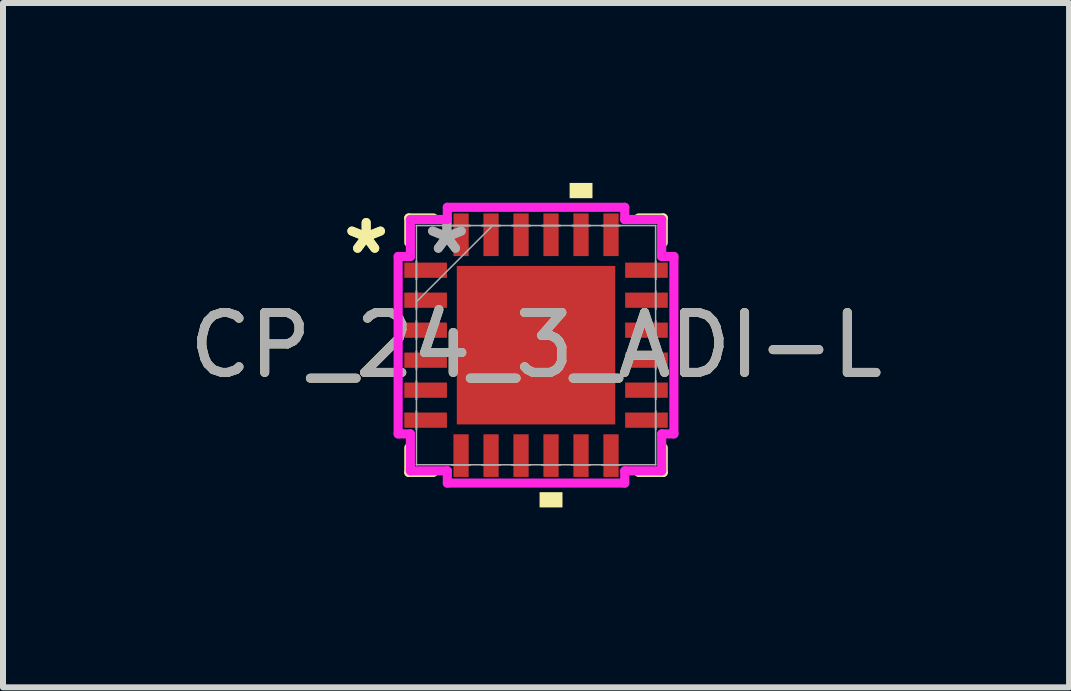
<source format=kicad_pcb>
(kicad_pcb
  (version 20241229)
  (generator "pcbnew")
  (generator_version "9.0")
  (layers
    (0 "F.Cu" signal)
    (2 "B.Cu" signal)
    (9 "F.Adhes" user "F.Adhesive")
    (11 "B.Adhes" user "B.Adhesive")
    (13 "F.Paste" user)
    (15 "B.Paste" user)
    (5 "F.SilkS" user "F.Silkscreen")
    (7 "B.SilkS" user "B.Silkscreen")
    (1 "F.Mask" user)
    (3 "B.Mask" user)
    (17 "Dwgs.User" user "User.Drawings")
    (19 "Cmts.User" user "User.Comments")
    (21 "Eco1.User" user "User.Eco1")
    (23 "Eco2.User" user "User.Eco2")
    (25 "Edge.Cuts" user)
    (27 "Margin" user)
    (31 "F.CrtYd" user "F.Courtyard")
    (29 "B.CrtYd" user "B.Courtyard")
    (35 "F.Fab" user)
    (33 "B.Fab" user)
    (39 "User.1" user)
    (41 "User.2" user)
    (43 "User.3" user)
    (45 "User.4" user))
  (footprint "CP_24_3_ADI-L"
    (layer "F.Cu")
    (at 5.887 2.705)
    (property "Reference" "CP_24_3_ADI-L" (at 0 0 0) (unlocked yes) (layer "F.SilkS") (effects (font (size 1 1) (thickness 0.15))))
    (attr smd)
    (fp_line (start -2.121 -2.121) (end -2.121 -1.71) (stroke (width 0.152) (type solid)) (layer "F.SilkS"))
    (fp_line (start -2.121 1.71) (end -2.121 2.121) (stroke (width 0.152) (type solid)) (layer "F.SilkS"))
    (fp_line (start -2.121 2.121) (end -1.71 2.121) (stroke (width 0.152) (type solid)) (layer "F.SilkS"))
    (fp_line (start -1.71 -2.121) (end -2.121 -2.121) (stroke (width 0.152) (type solid)) (layer "F.SilkS"))
    (fp_line (start 1.71 2.121) (end 2.121 2.121) (stroke (width 0.152) (type solid)) (layer "F.SilkS"))
    (fp_line (start 2.121 -2.121) (end 1.71 -2.121) (stroke (width 0.152) (type solid)) (layer "F.SilkS"))
    (fp_line (start 2.121 -1.71) (end 2.121 -2.121) (stroke (width 0.152) (type solid)) (layer "F.SilkS"))
    (fp_line (start 2.121 2.121) (end 2.121 1.71) (stroke (width 0.152) (type solid)) (layer "F.SilkS"))
    (fp_poly (pts (xy 0.059 2.451) (xy 0.059 2.705) (xy 0.441 2.705) (xy 0.441 2.451)) (stroke (width 0) (type solid)) (fill yes) (layer "F.SilkS"))
    (fp_poly (pts (xy 0.56 -2.451) (xy 0.56 -2.705) (xy 0.941 -2.705) (xy 0.941 -2.451)) (stroke (width 0) (type solid)) (fill yes) (layer "F.SilkS"))
    (fp_poly (pts (xy -1.221 -1.221) (xy -1.221 -0.1) (xy -0.1 -0.1) (xy -0.1 -1.221)) (stroke (width 0) (type solid)) (fill yes) (layer "F.Paste"))
    (fp_poly (pts (xy -1.221 0.1) (xy -1.221 1.221) (xy -0.1 1.221) (xy -0.1 0.1)) (stroke (width 0) (type solid)) (fill yes) (layer "F.Paste"))
    (fp_poly (pts (xy 0.1 -1.221) (xy 0.1 -0.1) (xy 1.221 -0.1) (xy 1.221 -1.221)) (stroke (width 0) (type solid)) (fill yes) (layer "F.Paste"))
    (fp_poly (pts (xy 0.1 0.1) (xy 0.1 1.221) (xy 1.221 1.221) (xy 1.221 0.1)) (stroke (width 0) (type solid)) (fill yes) (layer "F.Paste"))
    (fp_line (start -2.299 -1.479) (end -2.095 -1.479) (stroke (width 0.152) (type solid)) (layer "F.CrtYd"))
    (fp_line (start -2.299 1.479) (end -2.299 -1.479) (stroke (width 0.152) (type solid)) (layer "F.CrtYd"))
    (fp_line (start -2.095 -2.095) (end -1.479 -2.095) (stroke (width 0.152) (type solid)) (layer "F.CrtYd"))
    (fp_line (start -2.095 -1.479) (end -2.095 -2.095) (stroke (width 0.152) (type solid)) (layer "F.CrtYd"))
    (fp_line (start -2.095 1.479) (end -2.299 1.479) (stroke (width 0.152) (type solid)) (layer "F.CrtYd"))
    (fp_line (start -2.095 2.095) (end -2.095 1.479) (stroke (width 0.152) (type solid)) (layer "F.CrtYd"))
    (fp_line (start -1.479 -2.299) (end 1.479 -2.299) (stroke (width 0.152) (type solid)) (layer "F.CrtYd"))
    (fp_line (start -1.479 -2.095) (end -1.479 -2.299) (stroke (width 0.152) (type solid)) (layer "F.CrtYd"))
    (fp_line (start -1.479 2.095) (end -2.095 2.095) (stroke (width 0.152) (type solid)) (layer "F.CrtYd"))
    (fp_line (start -1.479 2.299) (end -1.479 2.095) (stroke (width 0.152) (type solid)) (layer "F.CrtYd"))
    (fp_line (start 1.479 -2.299) (end 1.479 -2.095) (stroke (width 0.152) (type solid)) (layer "F.CrtYd"))
    (fp_line (start 1.479 -2.095) (end 2.095 -2.095) (stroke (width 0.152) (type solid)) (layer "F.CrtYd"))
    (fp_line (start 1.479 2.095) (end 1.479 2.299) (stroke (width 0.152) (type solid)) (layer "F.CrtYd"))
    (fp_line (start 1.479 2.299) (end -1.479 2.299) (stroke (width 0.152) (type solid)) (layer "F.CrtYd"))
    (fp_line (start 2.095 -2.095) (end 2.095 -1.479) (stroke (width 0.152) (type solid)) (layer "F.CrtYd"))
    (fp_line (start 2.095 -1.479) (end 2.299 -1.479) (stroke (width 0.152) (type solid)) (layer "F.CrtYd"))
    (fp_line (start 2.095 1.479) (end 2.095 2.095) (stroke (width 0.152) (type solid)) (layer "F.CrtYd"))
    (fp_line (start 2.095 2.095) (end 1.479 2.095) (stroke (width 0.152) (type solid)) (layer "F.CrtYd"))
    (fp_line (start 2.299 -1.479) (end 2.299 1.479) (stroke (width 0.152) (type solid)) (layer "F.CrtYd"))
    (fp_line (start 2.299 1.479) (end 2.095 1.479) (stroke (width 0.152) (type solid)) (layer "F.CrtYd"))
    (fp_line (start -1.994 -1.994) (end -1.994 -1.994) (stroke (width 0.025) (type solid)) (layer "F.Fab"))
    (fp_line (start -1.994 -1.994) (end -1.994 1.994) (stroke (width 0.025) (type solid)) (layer "F.Fab"))
    (fp_line (start -1.994 -1.402) (end -1.994 -1.402) (stroke (width 0.025) (type solid)) (layer "F.Fab"))
    (fp_line (start -1.994 -1.402) (end -1.994 -1.098) (stroke (width 0.025) (type solid)) (layer "F.Fab"))
    (fp_line (start -1.994 -1.098) (end -1.994 -1.402) (stroke (width 0.025) (type solid)) (layer "F.Fab"))
    (fp_line (start -1.994 -1.098) (end -1.994 -1.098) (stroke (width 0.025) (type solid)) (layer "F.Fab"))
    (fp_line (start -1.994 -0.902) (end -1.994 -0.902) (stroke (width 0.025) (type solid)) (layer "F.Fab"))
    (fp_line (start -1.994 -0.902) (end -1.994 -0.598) (stroke (width 0.025) (type solid)) (layer "F.Fab"))
    (fp_line (start -1.994 -0.724) (end -0.724 -1.994) (stroke (width 0.025) (type solid)) (layer "F.Fab"))
    (fp_line (start -1.994 -0.598) (end -1.994 -0.902) (stroke (width 0.025) (type solid)) (layer "F.Fab"))
    (fp_line (start -1.994 -0.598) (end -1.994 -0.598) (stroke (width 0.025) (type solid)) (layer "F.Fab"))
    (fp_line (start -1.994 -0.402) (end -1.994 -0.402) (stroke (width 0.025) (type solid)) (layer "F.Fab"))
    (fp_line (start -1.994 -0.402) (end -1.994 -0.098) (stroke (width 0.025) (type solid)) (layer "F.Fab"))
    (fp_line (start -1.994 -0.098) (end -1.994 -0.402) (stroke (width 0.025) (type solid)) (layer "F.Fab"))
    (fp_line (start -1.994 -0.098) (end -1.994 -0.098) (stroke (width 0.025) (type solid)) (layer "F.Fab"))
    (fp_line (start -1.994 0.098) (end -1.994 0.098) (stroke (width 0.025) (type solid)) (layer "F.Fab"))
    (fp_line (start -1.994 0.098) (end -1.994 0.402) (stroke (width 0.025) (type solid)) (layer "F.Fab"))
    (fp_line (start -1.994 0.402) (end -1.994 0.098) (stroke (width 0.025) (type solid)) (layer "F.Fab"))
    (fp_line (start -1.994 0.402) (end -1.994 0.402) (stroke (width 0.025) (type solid)) (layer "F.Fab"))
    (fp_line (start -1.994 0.598) (end -1.994 0.598) (stroke (width 0.025) (type solid)) (layer "F.Fab"))
    (fp_line (start -1.994 0.598) (end -1.994 0.902) (stroke (width 0.025) (type solid)) (layer "F.Fab"))
    (fp_line (start -1.994 0.902) (end -1.994 0.598) (stroke (width 0.025) (type solid)) (layer "F.Fab"))
    (fp_line (start -1.994 0.902) (end -1.994 0.902) (stroke (width 0.025) (type solid)) (layer "F.Fab"))
    (fp_line (start -1.994 1.098) (end -1.994 1.098) (stroke (width 0.025) (type solid)) (layer "F.Fab"))
    (fp_line (start -1.994 1.098) (end -1.994 1.402) (stroke (width 0.025) (type solid)) (layer "F.Fab"))
    (fp_line (start -1.994 1.402) (end -1.994 1.098) (stroke (width 0.025) (type solid)) (layer "F.Fab"))
    (fp_line (start -1.994 1.402) (end -1.994 1.402) (stroke (width 0.025) (type solid)) (layer "F.Fab"))
    (fp_line (start -1.994 1.994) (end -1.994 1.994) (stroke (width 0.025) (type solid)) (layer "F.Fab"))
    (fp_line (start -1.994 1.994) (end 1.994 1.994) (stroke (width 0.025) (type solid)) (layer "F.Fab"))
    (fp_line (start -1.402 -1.994) (end -1.402 -1.994) (stroke (width 0.025) (type solid)) (layer "F.Fab"))
    (fp_line (start -1.402 -1.994) (end -1.098 -1.994) (stroke (width 0.025) (type solid)) (layer "F.Fab"))
    (fp_line (start -1.402 1.994) (end -1.402 1.994) (stroke (width 0.025) (type solid)) (layer "F.Fab"))
    (fp_line (start -1.402 1.994) (end -1.098 1.994) (stroke (width 0.025) (type solid)) (layer "F.Fab"))
    (fp_line (start -1.098 -1.994) (end -1.402 -1.994) (stroke (width 0.025) (type solid)) (layer "F.Fab"))
    (fp_line (start -1.098 -1.994) (end -1.098 -1.994) (stroke (width 0.025) (type solid)) (layer "F.Fab"))
    (fp_line (start -1.098 1.994) (end -1.402 1.994) (stroke (width 0.025) (type solid)) (layer "F.Fab"))
    (fp_line (start -1.098 1.994) (end -1.098 1.994) (stroke (width 0.025) (type solid)) (layer "F.Fab"))
    (fp_line (start -0.902 -1.994) (end -0.902 -1.994) (stroke (width 0.025) (type solid)) (layer "F.Fab"))
    (fp_line (start -0.902 -1.994) (end -0.598 -1.994) (stroke (width 0.025) (type solid)) (layer "F.Fab"))
    (fp_line (start -0.902 1.994) (end -0.902 1.994) (stroke (width 0.025) (type solid)) (layer "F.Fab"))
    (fp_line (start -0.902 1.994) (end -0.598 1.994) (stroke (width 0.025) (type solid)) (layer "F.Fab"))
    (fp_line (start -0.598 -1.994) (end -0.902 -1.994) (stroke (width 0.025) (type solid)) (layer "F.Fab"))
    (fp_line (start -0.598 -1.994) (end -0.598 -1.994) (stroke (width 0.025) (type solid)) (layer "F.Fab"))
    (fp_line (start -0.598 1.994) (end -0.902 1.994) (stroke (width 0.025) (type solid)) (layer "F.Fab"))
    (fp_line (start -0.598 1.994) (end -0.598 1.994) (stroke (width 0.025) (type solid)) (layer "F.Fab"))
    (fp_line (start -0.402 -1.994) (end -0.402 -1.994) (stroke (width 0.025) (type solid)) (layer "F.Fab"))
    (fp_line (start -0.402 -1.994) (end -0.098 -1.994) (stroke (width 0.025) (type solid)) (layer "F.Fab"))
    (fp_line (start -0.402 1.994) (end -0.402 1.994) (stroke (width 0.025) (type solid)) (layer "F.Fab"))
    (fp_line (start -0.402 1.994) (end -0.098 1.994) (stroke (width 0.025) (type solid)) (layer "F.Fab"))
    (fp_line (start -0.098 -1.994) (end -0.402 -1.994) (stroke (width 0.025) (type solid)) (layer "F.Fab"))
    (fp_line (start -0.098 -1.994) (end -0.098 -1.994) (stroke (width 0.025) (type solid)) (layer "F.Fab"))
    (fp_line (start -0.098 1.994) (end -0.402 1.994) (stroke (width 0.025) (type solid)) (layer "F.Fab"))
    (fp_line (start -0.098 1.994) (end -0.098 1.994) (stroke (width 0.025) (type solid)) (layer "F.Fab"))
    (fp_line (start 0.098 -1.994) (end 0.098 -1.994) (stroke (width 0.025) (type solid)) (layer "F.Fab"))
    (fp_line (start 0.098 -1.994) (end 0.402 -1.994) (stroke (width 0.025) (type solid)) (layer "F.Fab"))
    (fp_line (start 0.098 1.994) (end 0.098 1.994) (stroke (width 0.025) (type solid)) (layer "F.Fab"))
    (fp_line (start 0.098 1.994) (end 0.402 1.994) (stroke (width 0.025) (type solid)) (layer "F.Fab"))
    (fp_line (start 0.402 -1.994) (end 0.098 -1.994) (stroke (width 0.025) (type solid)) (layer "F.Fab"))
    (fp_line (start 0.402 -1.994) (end 0.402 -1.994) (stroke (width 0.025) (type solid)) (layer "F.Fab"))
    (fp_line (start 0.402 1.994) (end 0.098 1.994) (stroke (width 0.025) (type solid)) (layer "F.Fab"))
    (fp_line (start 0.402 1.994) (end 0.402 1.994) (stroke (width 0.025) (type solid)) (layer "F.Fab"))
    (fp_line (start 0.598 -1.994) (end 0.598 -1.994) (stroke (width 0.025) (type solid)) (layer "F.Fab"))
    (fp_line (start 0.598 -1.994) (end 0.902 -1.994) (stroke (width 0.025) (type solid)) (layer "F.Fab"))
    (fp_line (start 0.598 1.994) (end 0.598 1.994) (stroke (width 0.025) (type solid)) (layer "F.Fab"))
    (fp_line (start 0.598 1.994) (end 0.902 1.994) (stroke (width 0.025) (type solid)) (layer "F.Fab"))
    (fp_line (start 0.902 -1.994) (end 0.598 -1.994) (stroke (width 0.025) (type solid)) (layer "F.Fab"))
    (fp_line (start 0.902 -1.994) (end 0.902 -1.994) (stroke (width 0.025) (type solid)) (layer "F.Fab"))
    (fp_line (start 0.902 1.994) (end 0.598 1.994) (stroke (width 0.025) (type solid)) (layer "F.Fab"))
    (fp_line (start 0.902 1.994) (end 0.902 1.994) (stroke (width 0.025) (type solid)) (layer "F.Fab"))
    (fp_line (start 1.098 -1.994) (end 1.098 -1.994) (stroke (width 0.025) (type solid)) (layer "F.Fab"))
    (fp_line (start 1.098 -1.994) (end 1.402 -1.994) (stroke (width 0.025) (type solid)) (layer "F.Fab"))
    (fp_line (start 1.098 1.994) (end 1.098 1.994) (stroke (width 0.025) (type solid)) (layer "F.Fab"))
    (fp_line (start 1.098 1.994) (end 1.402 1.994) (stroke (width 0.025) (type solid)) (layer "F.Fab"))
    (fp_line (start 1.402 -1.994) (end 1.098 -1.994) (stroke (width 0.025) (type solid)) (layer "F.Fab"))
    (fp_line (start 1.402 -1.994) (end 1.402 -1.994) (stroke (width 0.025) (type solid)) (layer "F.Fab"))
    (fp_line (start 1.402 1.994) (end 1.098 1.994) (stroke (width 0.025) (type solid)) (layer "F.Fab"))
    (fp_line (start 1.402 1.994) (end 1.402 1.994) (stroke (width 0.025) (type solid)) (layer "F.Fab"))
    (fp_line (start 1.994 -1.994) (end -1.994 -1.994) (stroke (width 0.025) (type solid)) (layer "F.Fab"))
    (fp_line (start 1.994 -1.994) (end 1.994 -1.994) (stroke (width 0.025) (type solid)) (layer "F.Fab"))
    (fp_line (start 1.994 -1.402) (end 1.994 -1.402) (stroke (width 0.025) (type solid)) (layer "F.Fab"))
    (fp_line (start 1.994 -1.402) (end 1.994 -1.098) (stroke (width 0.025) (type solid)) (layer "F.Fab"))
    (fp_line (start 1.994 -1.098) (end 1.994 -1.402) (stroke (width 0.025) (type solid)) (layer "F.Fab"))
    (fp_line (start 1.994 -1.098) (end 1.994 -1.098) (stroke (width 0.025) (type solid)) (layer "F.Fab"))
    (fp_line (start 1.994 -0.902) (end 1.994 -0.902) (stroke (width 0.025) (type solid)) (layer "F.Fab"))
    (fp_line (start 1.994 -0.902) (end 1.994 -0.598) (stroke (width 0.025) (type solid)) (layer "F.Fab"))
    (fp_line (start 1.994 -0.598) (end 1.994 -0.902) (stroke (width 0.025) (type solid)) (layer "F.Fab"))
    (fp_line (start 1.994 -0.598) (end 1.994 -0.598) (stroke (width 0.025) (type solid)) (layer "F.Fab"))
    (fp_line (start 1.994 -0.402) (end 1.994 -0.402) (stroke (width 0.025) (type solid)) (layer "F.Fab"))
    (fp_line (start 1.994 -0.402) (end 1.994 -0.098) (stroke (width 0.025) (type solid)) (layer "F.Fab"))
    (fp_line (start 1.994 -0.098) (end 1.994 -0.402) (stroke (width 0.025) (type solid)) (layer "F.Fab"))
    (fp_line (start 1.994 -0.098) (end 1.994 -0.098) (stroke (width 0.025) (type solid)) (layer "F.Fab"))
    (fp_line (start 1.994 0.098) (end 1.994 0.098) (stroke (width 0.025) (type solid)) (layer "F.Fab"))
    (fp_line (start 1.994 0.098) (end 1.994 0.402) (stroke (width 0.025) (type solid)) (layer "F.Fab"))
    (fp_line (start 1.994 0.402) (end 1.994 0.098) (stroke (width 0.025) (type solid)) (layer "F.Fab"))
    (fp_line (start 1.994 0.402) (end 1.994 0.402) (stroke (width 0.025) (type solid)) (layer "F.Fab"))
    (fp_line (start 1.994 0.598) (end 1.994 0.598) (stroke (width 0.025) (type solid)) (layer "F.Fab"))
    (fp_line (start 1.994 0.598) (end 1.994 0.902) (stroke (width 0.025) (type solid)) (layer "F.Fab"))
    (fp_line (start 1.994 0.902) (end 1.994 0.598) (stroke (width 0.025) (type solid)) (layer "F.Fab"))
    (fp_line (start 1.994 0.902) (end 1.994 0.902) (stroke (width 0.025) (type solid)) (layer "F.Fab"))
    (fp_line (start 1.994 1.098) (end 1.994 1.098) (stroke (width 0.025) (type solid)) (layer "F.Fab"))
    (fp_line (start 1.994 1.098) (end 1.994 1.402) (stroke (width 0.025) (type solid)) (layer "F.Fab"))
    (fp_line (start 1.994 1.402) (end 1.994 1.098) (stroke (width 0.025) (type solid)) (layer "F.Fab"))
    (fp_line (start 1.994 1.402) (end 1.994 1.402) (stroke (width 0.025) (type solid)) (layer "F.Fab"))
    (fp_line (start 1.994 1.994) (end 1.994 -1.994) (stroke (width 0.025) (type solid)) (layer "F.Fab"))
    (fp_line (start 1.994 1.994) (end 1.994 1.994) (stroke (width 0.025) (type solid)) (layer "F.Fab"))
    (fp_text user "*" (at -2.832 -1.5 0) (unlocked yes) (layer "F.SilkS") (effects (font (size 1 1) (thickness 0.15))))
    (fp_text user "*" (at -2.832 -1.5 0) (layer "F.SilkS") (effects (font (size 1 1) (thickness 0.15))))
    (fp_text user "${REFERENCE}" (at 0 0 0) (unlocked yes) (layer "F.Fab") (effects (font (size 1 1) (thickness 0.15))))
    (fp_text user "*" (at -1.486 -1.5 0) (layer "F.Fab") (effects (font (size 1 1) (thickness 0.15))))
    (fp_text user "*" (at -1.486 -1.5 0) (unlocked yes) (layer "F.Fab") (effects (font (size 1 1) (thickness 0.15))))
    (pad "1" smd rect (at -1.841 -1.25 90) (size 0.254 0.711) (layers "F.Cu" "F.Mask" "F.Paste"))
    (pad "2" smd rect (at -1.841 -0.75 90) (size 0.254 0.711) (layers "F.Cu" "F.Mask" "F.Paste"))
    (pad "3" smd rect (at -1.841 -0.25 90) (size 0.254 0.711) (layers "F.Cu" "F.Mask" "F.Paste"))
    (pad "4" smd rect (at -1.841 0.25 90) (size 0.254 0.711) (layers "F.Cu" "F.Mask" "F.Paste"))
    (pad "5" smd rect (at -1.841 0.75 90) (size 0.254 0.711) (layers "F.Cu" "F.Mask" "F.Paste"))
    (pad "6" smd rect (at -1.841 1.25 90) (size 0.254 0.711) (layers "F.Cu" "F.Mask" "F.Paste"))
    (pad "7" smd rect (at -1.25 1.841) (size 0.254 0.711) (layers "F.Cu" "F.Mask" "F.Paste"))
    (pad "8" smd rect (at -0.75 1.841) (size 0.254 0.711) (layers "F.Cu" "F.Mask" "F.Paste"))
    (pad "9" smd rect (at -0.25 1.841) (size 0.254 0.711) (layers "F.Cu" "F.Mask" "F.Paste"))
    (pad "10" smd rect (at 0.25 1.841) (size 0.254 0.711) (layers "F.Cu" "F.Mask" "F.Paste"))
    (pad "11" smd rect (at 0.75 1.841) (size 0.254 0.711) (layers "F.Cu" "F.Mask" "F.Paste"))
    (pad "12" smd rect (at 1.25 1.841) (size 0.254 0.711) (layers "F.Cu" "F.Mask" "F.Paste"))
    (pad "13" smd rect (at 1.841 1.25 90) (size 0.254 0.711) (layers "F.Cu" "F.Mask" "F.Paste"))
    (pad "14" smd rect (at 1.841 0.75 90) (size 0.254 0.711) (layers "F.Cu" "F.Mask" "F.Paste"))
    (pad "15" smd rect (at 1.841 0.25 90) (size 0.254 0.711) (layers "F.Cu" "F.Mask" "F.Paste"))
    (pad "16" smd rect (at 1.841 -0.25 90) (size 0.254 0.711) (layers "F.Cu" "F.Mask" "F.Paste"))
    (pad "17" smd rect (at 1.841 -0.75 90) (size 0.254 0.711) (layers "F.Cu" "F.Mask" "F.Paste"))
    (pad "18" smd rect (at 1.841 -1.25 90) (size 0.254 0.711) (layers "F.Cu" "F.Mask" "F.Paste"))
    (pad "19" smd rect (at 1.25 -1.841) (size 0.254 0.711) (layers "F.Cu" "F.Mask" "F.Paste"))
    (pad "20" smd rect (at 0.75 -1.841) (size 0.254 0.711) (layers "F.Cu" "F.Mask" "F.Paste"))
    (pad "21" smd rect (at 0.25 -1.841) (size 0.254 0.711) (layers "F.Cu" "F.Mask" "F.Paste"))
    (pad "22" smd rect (at -0.25 -1.841) (size 0.254 0.711) (layers "F.Cu" "F.Mask" "F.Paste"))
    (pad "23" smd rect (at -0.75 -1.841) (size 0.254 0.711) (layers "F.Cu" "F.Mask" "F.Paste"))
    (pad "24" smd rect (at -1.25 -1.841) (size 0.254 0.711) (layers "F.Cu" "F.Mask" "F.Paste"))
    (pad "25" smd rect (at 0 0) (size 2.642 2.642) (layers "F.Cu" "F.Mask" "F.Paste")))
  (gr_rect
    (start -3 -3)
    (end 14.774 8.41)
    (stroke (width 0.1) (type default))
    (fill no)
    (layer "Edge.Cuts")))
</source>
